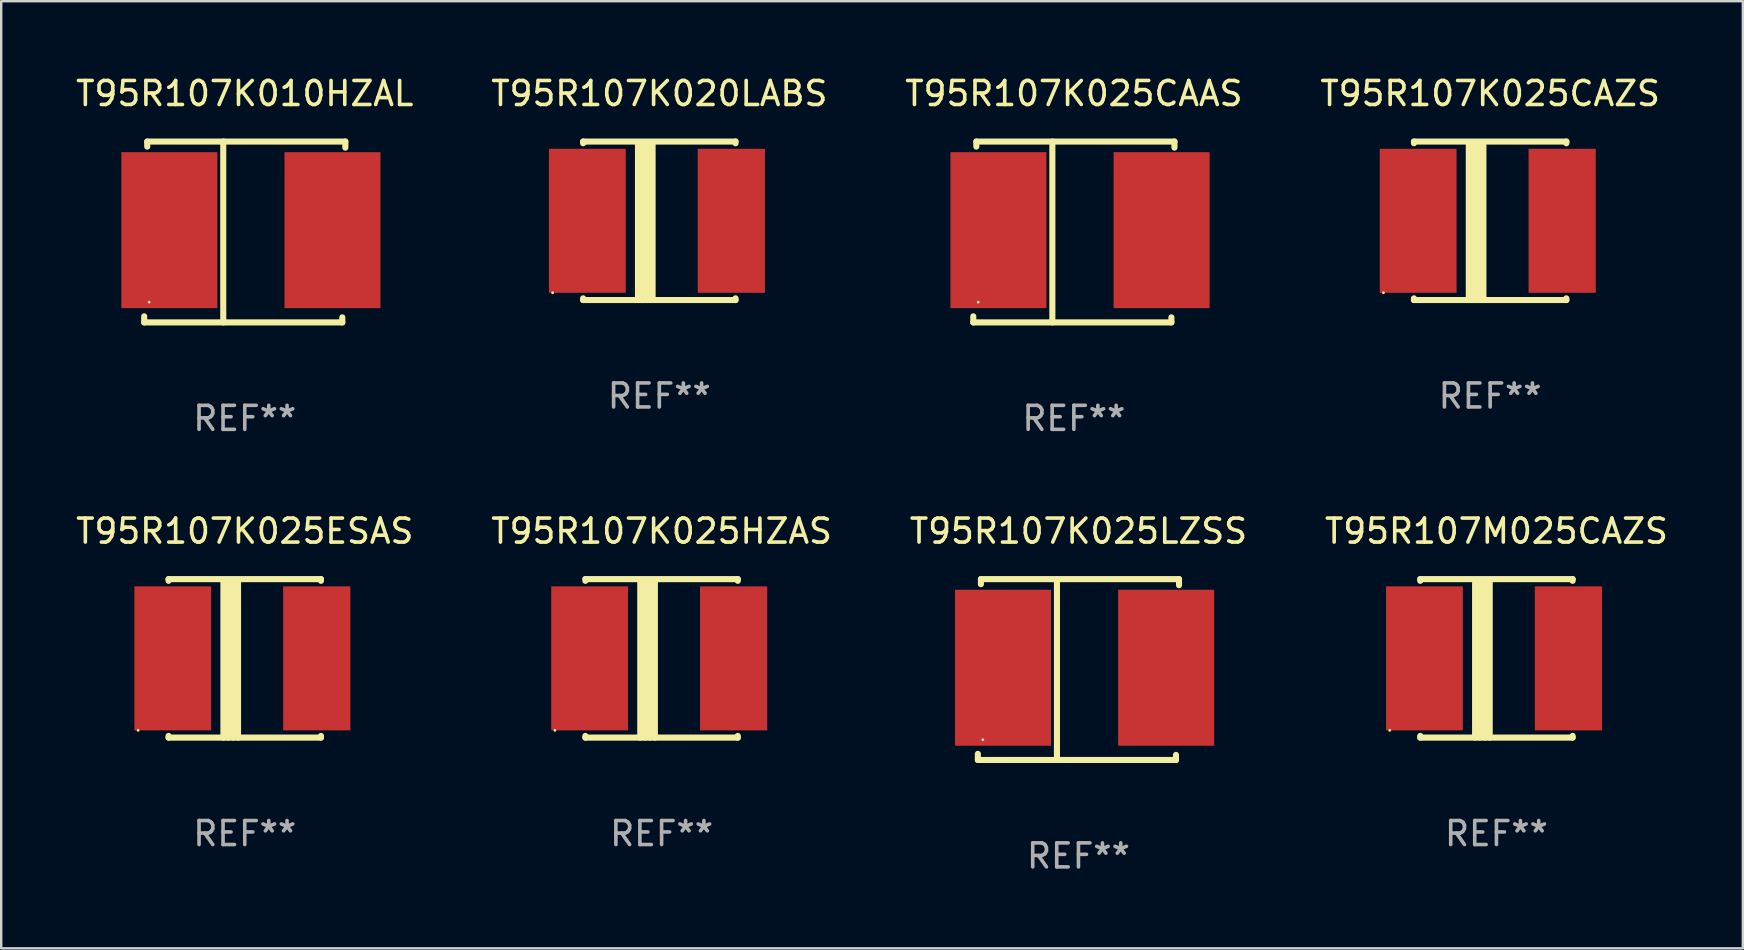
<source format=kicad_pcb>
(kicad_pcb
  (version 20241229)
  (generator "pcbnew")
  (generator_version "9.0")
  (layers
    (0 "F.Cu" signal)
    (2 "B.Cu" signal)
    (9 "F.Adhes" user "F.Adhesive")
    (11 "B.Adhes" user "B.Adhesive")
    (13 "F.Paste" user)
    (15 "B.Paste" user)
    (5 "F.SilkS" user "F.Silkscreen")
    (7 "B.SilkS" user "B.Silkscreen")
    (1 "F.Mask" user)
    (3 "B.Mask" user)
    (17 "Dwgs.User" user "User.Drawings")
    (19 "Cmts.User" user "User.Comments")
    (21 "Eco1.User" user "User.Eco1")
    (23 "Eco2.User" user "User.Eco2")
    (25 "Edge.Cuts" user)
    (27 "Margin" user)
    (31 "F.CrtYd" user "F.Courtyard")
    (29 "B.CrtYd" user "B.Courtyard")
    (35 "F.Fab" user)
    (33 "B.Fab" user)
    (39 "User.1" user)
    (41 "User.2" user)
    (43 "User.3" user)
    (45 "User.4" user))
  (footprint "T95R107K025CAZS"
    (layer "F.Cu")
    (at 59.042 6.15)
    (property "Reference" "T95R107K025CAZS" (at 0 -5.302 0) (layer "F.SilkS") (effects (font (size 1 1) (thickness 0.15))))
    (attr through_hole)
    (fp_line (start -3.175 -3.231) (end -3.175 -3.302) (stroke (width 0.254) (type solid)) (layer "F.SilkS"))
    (fp_line (start -3.175 3.302) (end -3.175 3.231) (stroke (width 0.254) (type solid)) (layer "F.SilkS"))
    (fp_line (start -3.175 3.302) (end 3.175 3.302) (stroke (width 0.254) (type solid)) (layer "F.SilkS"))
    (fp_line (start -0.889 -3.175) (end -0.889 3.302) (stroke (width 0.254) (type solid)) (layer "F.SilkS"))
    (fp_line (start -0.688 -3.175) (end -0.688 3.302) (stroke (width 0.254) (type solid)) (layer "F.SilkS"))
    (fp_line (start -0.478 -3.175) (end -0.478 3.302) (stroke (width 0.254) (type solid)) (layer "F.SilkS"))
    (fp_line (start -0.281 -3.175) (end -0.281 3.302) (stroke (width 0.254) (type solid)) (layer "F.SilkS"))
    (fp_line (start 3.175 -3.302) (end -3.175 -3.302) (stroke (width 0.254) (type solid)) (layer "F.SilkS"))
    (fp_line (start 3.175 -3.302) (end 3.175 -3.231) (stroke (width 0.254) (type solid)) (layer "F.SilkS"))
    (fp_line (start 3.175 3.231) (end 3.175 3.302) (stroke (width 0.254) (type solid)) (layer "F.SilkS"))
    (fp_circle (center -4.445 3) (end -4.415 3) (stroke (width 0.06) (type solid)) (fill no) (layer "F.SilkS"))
    (fp_text user "REF**" (at 0 7.302 0) (layer "F.Fab") (effects (font (size 1 1) (thickness 0.15))))
    (pad "1" smd rect (at -3 0) (size 3.2 6) (layers "F.Cu" "F.Mask" "F.Paste"))
    (pad "2" smd rect (at 3 0) (size 2.8 6) (layers "F.Cu" "F.Mask" "F.Paste")))
  (footprint "T95R107K020LABS"
    (layer "F.Cu")
    (at 24.423 6.15)
    (property "Reference" "T95R107K020LABS" (at 0 -5.302 0) (layer "F.SilkS") (effects (font (size 1 1) (thickness 0.15))))
    (attr through_hole)
    (fp_line (start -3.175 -3.231) (end -3.175 -3.302) (stroke (width 0.254) (type solid)) (layer "F.SilkS"))
    (fp_line (start -3.175 3.302) (end -3.175 3.231) (stroke (width 0.254) (type solid)) (layer "F.SilkS"))
    (fp_line (start -3.175 3.302) (end 3.175 3.302) (stroke (width 0.254) (type solid)) (layer "F.SilkS"))
    (fp_line (start -0.889 -3.175) (end -0.889 3.302) (stroke (width 0.254) (type solid)) (layer "F.SilkS"))
    (fp_line (start -0.688 -3.175) (end -0.688 3.302) (stroke (width 0.254) (type solid)) (layer "F.SilkS"))
    (fp_line (start -0.478 -3.175) (end -0.478 3.302) (stroke (width 0.254) (type solid)) (layer "F.SilkS"))
    (fp_line (start -0.281 -3.175) (end -0.281 3.302) (stroke (width 0.254) (type solid)) (layer "F.SilkS"))
    (fp_line (start 3.175 -3.302) (end -3.175 -3.302) (stroke (width 0.254) (type solid)) (layer "F.SilkS"))
    (fp_line (start 3.175 -3.302) (end 3.175 -3.231) (stroke (width 0.254) (type solid)) (layer "F.SilkS"))
    (fp_line (start 3.175 3.231) (end 3.175 3.302) (stroke (width 0.254) (type solid)) (layer "F.SilkS"))
    (fp_circle (center -4.445 3) (end -4.415 3) (stroke (width 0.06) (type solid)) (fill no) (layer "F.SilkS"))
    (fp_text user "REF**" (at 0 7.302 0) (layer "F.Fab") (effects (font (size 1 1) (thickness 0.15))))
    (pad "1" smd rect (at -3 0) (size 3.2 6) (layers "F.Cu" "F.Mask" "F.Paste"))
    (pad "2" smd rect (at 3 0) (size 2.8 6) (layers "F.Cu" "F.Mask" "F.Paste")))
  (footprint "T95R107K025CAAS"
    (layer "F.Cu")
    (at 41.696 6.616)
    (property "Reference" "T95R107K025CAAS" (at 0 -5.768 0) (layer "F.SilkS") (effects (font (size 1 1) (thickness 0.15))))
    (attr through_hole)
    (fp_line (start -4.191 3.768) (end -4.191 3.514) (stroke (width 0.254) (type solid)) (layer "F.SilkS"))
    (fp_line (start -4.064 -3.768) (end 4.191 -3.768) (stroke (width 0.254) (type solid)) (layer "F.SilkS"))
    (fp_line (start -4.064 -3.557) (end -4.064 -3.768) (stroke (width 0.254) (type solid)) (layer "F.SilkS"))
    (fp_line (start -0.896 -3.768) (end -0.896 3.768) (stroke (width 0.254) (type solid)) (layer "F.SilkS"))
    (fp_line (start 4.064 3.557) (end 4.064 3.768) (stroke (width 0.254) (type solid)) (layer "F.SilkS"))
    (fp_line (start 4.064 3.768) (end -4.191 3.768) (stroke (width 0.254) (type solid)) (layer "F.SilkS"))
    (fp_line (start 4.191 -3.768) (end 4.191 -3.514) (stroke (width 0.254) (type solid)) (layer "F.SilkS"))
    (fp_circle (center -3.985 2.924) (end -3.955 2.924) (stroke (width 0.06) (type solid)) (fill no) (layer "F.SilkS"))
    (fp_text user "REF**" (at 0 7.768 0) (layer "F.Fab") (effects (font (size 1 1) (thickness 0.15))))
    (pad "1" smd rect (at -3.143 -0.076 270) (size 6.5 4) (layers "F.Cu" "F.Mask" "F.Paste"))
    (pad "2" smd rect (at 3.655 -0.076 270) (size 6.5 4) (layers "F.Cu" "F.Mask" "F.Paste")))
  (footprint "T95R107K025LZSS"
    (layer "F.Cu")
    (at 41.887 24.849)
    (property "Reference" "T95R107K025LZSS" (at 0 -5.768 0) (layer "F.SilkS") (effects (font (size 1 1) (thickness 0.15))))
    (attr through_hole)
    (fp_line (start -4.191 3.768) (end -4.191 3.514) (stroke (width 0.254) (type solid)) (layer "F.SilkS"))
    (fp_line (start -4.064 -3.768) (end 4.191 -3.768) (stroke (width 0.254) (type solid)) (layer "F.SilkS"))
    (fp_line (start -4.064 -3.557) (end -4.064 -3.768) (stroke (width 0.254) (type solid)) (layer "F.SilkS"))
    (fp_line (start -0.896 -3.768) (end -0.896 3.768) (stroke (width 0.254) (type solid)) (layer "F.SilkS"))
    (fp_line (start 4.064 3.557) (end 4.064 3.768) (stroke (width 0.254) (type solid)) (layer "F.SilkS"))
    (fp_line (start 4.064 3.768) (end -4.191 3.768) (stroke (width 0.254) (type solid)) (layer "F.SilkS"))
    (fp_line (start 4.191 -3.768) (end 4.191 -3.514) (stroke (width 0.254) (type solid)) (layer "F.SilkS"))
    (fp_circle (center -3.985 2.924) (end -3.955 2.924) (stroke (width 0.06) (type solid)) (fill no) (layer "F.SilkS"))
    (fp_text user "REF**" (at 0 7.768 0) (layer "F.Fab") (effects (font (size 1 1) (thickness 0.15))))
    (pad "1" smd rect (at -3.143 -0.076 270) (size 6.5 4) (layers "F.Cu" "F.Mask" "F.Paste"))
    (pad "2" smd rect (at 3.655 -0.076 270) (size 6.5 4) (layers "F.Cu" "F.Mask" "F.Paste")))
  (footprint "T95R107M025CAZS"
    (layer "F.Cu")
    (at 59.304 24.383)
    (property "Reference" "T95R107M025CAZS" (at 0 -5.302 0) (layer "F.SilkS") (effects (font (size 1 1) (thickness 0.15))))
    (attr through_hole)
    (fp_line (start -3.175 -3.231) (end -3.175 -3.302) (stroke (width 0.254) (type solid)) (layer "F.SilkS"))
    (fp_line (start -3.175 3.302) (end -3.175 3.231) (stroke (width 0.254) (type solid)) (layer "F.SilkS"))
    (fp_line (start -3.175 3.302) (end 3.175 3.302) (stroke (width 0.254) (type solid)) (layer "F.SilkS"))
    (fp_line (start -0.889 -3.175) (end -0.889 3.302) (stroke (width 0.254) (type solid)) (layer "F.SilkS"))
    (fp_line (start -0.688 -3.175) (end -0.688 3.302) (stroke (width 0.254) (type solid)) (layer "F.SilkS"))
    (fp_line (start -0.478 -3.175) (end -0.478 3.302) (stroke (width 0.254) (type solid)) (layer "F.SilkS"))
    (fp_line (start -0.281 -3.175) (end -0.281 3.302) (stroke (width 0.254) (type solid)) (layer "F.SilkS"))
    (fp_line (start 3.175 -3.302) (end -3.175 -3.302) (stroke (width 0.254) (type solid)) (layer "F.SilkS"))
    (fp_line (start 3.175 -3.302) (end 3.175 -3.231) (stroke (width 0.254) (type solid)) (layer "F.SilkS"))
    (fp_line (start 3.175 3.231) (end 3.175 3.302) (stroke (width 0.254) (type solid)) (layer "F.SilkS"))
    (fp_circle (center -4.445 3) (end -4.415 3) (stroke (width 0.06) (type solid)) (fill no) (layer "F.SilkS"))
    (fp_text user "REF**" (at 0 7.302 0) (layer "F.Fab") (effects (font (size 1 1) (thickness 0.15))))
    (pad "1" smd rect (at -3 0) (size 3.2 6) (layers "F.Cu" "F.Mask" "F.Paste"))
    (pad "2" smd rect (at 3 0) (size 2.8 6) (layers "F.Cu" "F.Mask" "F.Paste")))
  (footprint "T95R107K025ESAS"
    (layer "F.Cu")
    (at 7.149 24.383)
    (property "Reference" "T95R107K025ESAS" (at 0 -5.302 0) (layer "F.SilkS") (effects (font (size 1 1) (thickness 0.15))))
    (attr through_hole)
    (fp_line (start -3.175 -3.231) (end -3.175 -3.302) (stroke (width 0.254) (type solid)) (layer "F.SilkS"))
    (fp_line (start -3.175 3.302) (end -3.175 3.231) (stroke (width 0.254) (type solid)) (layer "F.SilkS"))
    (fp_line (start -3.175 3.302) (end 3.175 3.302) (stroke (width 0.254) (type solid)) (layer "F.SilkS"))
    (fp_line (start -0.889 -3.175) (end -0.889 3.302) (stroke (width 0.254) (type solid)) (layer "F.SilkS"))
    (fp_line (start -0.688 -3.175) (end -0.688 3.302) (stroke (width 0.254) (type solid)) (layer "F.SilkS"))
    (fp_line (start -0.478 -3.175) (end -0.478 3.302) (stroke (width 0.254) (type solid)) (layer "F.SilkS"))
    (fp_line (start -0.281 -3.175) (end -0.281 3.302) (stroke (width 0.254) (type solid)) (layer "F.SilkS"))
    (fp_line (start 3.175 -3.302) (end -3.175 -3.302) (stroke (width 0.254) (type solid)) (layer "F.SilkS"))
    (fp_line (start 3.175 -3.302) (end 3.175 -3.231) (stroke (width 0.254) (type solid)) (layer "F.SilkS"))
    (fp_line (start 3.175 3.231) (end 3.175 3.302) (stroke (width 0.254) (type solid)) (layer "F.SilkS"))
    (fp_circle (center -4.445 3) (end -4.415 3) (stroke (width 0.06) (type solid)) (fill no) (layer "F.SilkS"))
    (fp_text user "REF**" (at 0 7.302 0) (layer "F.Fab") (effects (font (size 1 1) (thickness 0.15))))
    (pad "1" smd rect (at -3 0) (size 3.2 6) (layers "F.Cu" "F.Mask" "F.Paste"))
    (pad "2" smd rect (at 3 0) (size 2.8 6) (layers "F.Cu" "F.Mask" "F.Paste")))
  (footprint "T95R107K010HZAL"
    (layer "F.Cu")
    (at 7.149 6.616)
    (property "Reference" "T95R107K010HZAL" (at 0 -5.768 0) (layer "F.SilkS") (effects (font (size 1 1) (thickness 0.15))))
    (attr through_hole)
    (fp_line (start -4.191 3.768) (end -4.191 3.514) (stroke (width 0.254) (type solid)) (layer "F.SilkS"))
    (fp_line (start -4.064 -3.768) (end 4.191 -3.768) (stroke (width 0.254) (type solid)) (layer "F.SilkS"))
    (fp_line (start -4.064 -3.557) (end -4.064 -3.768) (stroke (width 0.254) (type solid)) (layer "F.SilkS"))
    (fp_line (start -0.896 -3.768) (end -0.896 3.768) (stroke (width 0.254) (type solid)) (layer "F.SilkS"))
    (fp_line (start 4.064 3.557) (end 4.064 3.768) (stroke (width 0.254) (type solid)) (layer "F.SilkS"))
    (fp_line (start 4.064 3.768) (end -4.191 3.768) (stroke (width 0.254) (type solid)) (layer "F.SilkS"))
    (fp_line (start 4.191 -3.768) (end 4.191 -3.514) (stroke (width 0.254) (type solid)) (layer "F.SilkS"))
    (fp_circle (center -3.985 2.924) (end -3.955 2.924) (stroke (width 0.06) (type solid)) (fill no) (layer "F.SilkS"))
    (fp_text user "REF**" (at 0 7.768 0) (layer "F.Fab") (effects (font (size 1 1) (thickness 0.15))))
    (pad "1" smd rect (at -3.143 -0.076 270) (size 6.5 4) (layers "F.Cu" "F.Mask" "F.Paste"))
    (pad "2" smd rect (at 3.655 -0.076 270) (size 6.5 4) (layers "F.Cu" "F.Mask" "F.Paste")))
  (footprint "T95R107K025HZAS"
    (layer "F.Cu")
    (at 24.518 24.383)
    (property "Reference" "T95R107K025HZAS" (at 0 -5.302 0) (layer "F.SilkS") (effects (font (size 1 1) (thickness 0.15))))
    (attr through_hole)
    (fp_line (start -3.175 -3.231) (end -3.175 -3.302) (stroke (width 0.254) (type solid)) (layer "F.SilkS"))
    (fp_line (start -3.175 3.302) (end -3.175 3.231) (stroke (width 0.254) (type solid)) (layer "F.SilkS"))
    (fp_line (start -3.175 3.302) (end 3.175 3.302) (stroke (width 0.254) (type solid)) (layer "F.SilkS"))
    (fp_line (start -0.889 -3.175) (end -0.889 3.302) (stroke (width 0.254) (type solid)) (layer "F.SilkS"))
    (fp_line (start -0.688 -3.175) (end -0.688 3.302) (stroke (width 0.254) (type solid)) (layer "F.SilkS"))
    (fp_line (start -0.478 -3.175) (end -0.478 3.302) (stroke (width 0.254) (type solid)) (layer "F.SilkS"))
    (fp_line (start -0.281 -3.175) (end -0.281 3.302) (stroke (width 0.254) (type solid)) (layer "F.SilkS"))
    (fp_line (start 3.175 -3.302) (end -3.175 -3.302) (stroke (width 0.254) (type solid)) (layer "F.SilkS"))
    (fp_line (start 3.175 -3.302) (end 3.175 -3.231) (stroke (width 0.254) (type solid)) (layer "F.SilkS"))
    (fp_line (start 3.175 3.231) (end 3.175 3.302) (stroke (width 0.254) (type solid)) (layer "F.SilkS"))
    (fp_circle (center -4.445 3) (end -4.415 3) (stroke (width 0.06) (type solid)) (fill no) (layer "F.SilkS"))
    (fp_text user "REF**" (at 0 7.302 0) (layer "F.Fab") (effects (font (size 1 1) (thickness 0.15))))
    (pad "1" smd rect (at -3 0) (size 3.2 6) (layers "F.Cu" "F.Mask" "F.Paste"))
    (pad "2" smd rect (at 3 0) (size 2.8 6) (layers "F.Cu" "F.Mask" "F.Paste")))
  (gr_rect
    (start -3 -3)
    (end 69.571 36.465)
    (stroke (width 0.1) (type default))
    (fill no)
    (layer "Edge.Cuts")))
</source>
